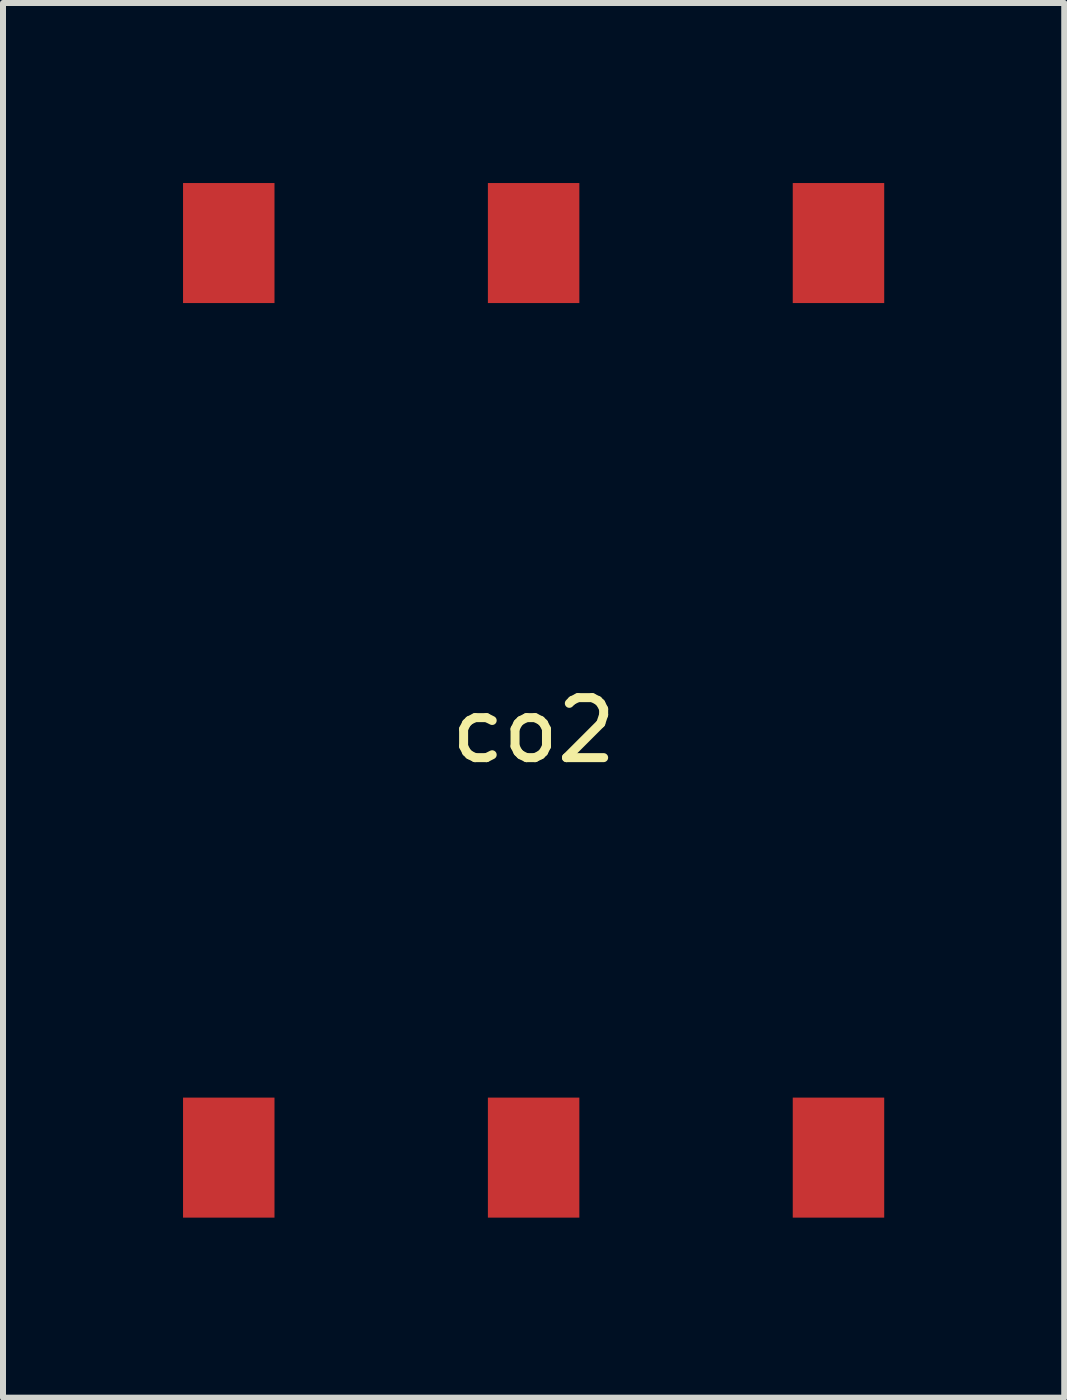
<source format=kicad_pcb>
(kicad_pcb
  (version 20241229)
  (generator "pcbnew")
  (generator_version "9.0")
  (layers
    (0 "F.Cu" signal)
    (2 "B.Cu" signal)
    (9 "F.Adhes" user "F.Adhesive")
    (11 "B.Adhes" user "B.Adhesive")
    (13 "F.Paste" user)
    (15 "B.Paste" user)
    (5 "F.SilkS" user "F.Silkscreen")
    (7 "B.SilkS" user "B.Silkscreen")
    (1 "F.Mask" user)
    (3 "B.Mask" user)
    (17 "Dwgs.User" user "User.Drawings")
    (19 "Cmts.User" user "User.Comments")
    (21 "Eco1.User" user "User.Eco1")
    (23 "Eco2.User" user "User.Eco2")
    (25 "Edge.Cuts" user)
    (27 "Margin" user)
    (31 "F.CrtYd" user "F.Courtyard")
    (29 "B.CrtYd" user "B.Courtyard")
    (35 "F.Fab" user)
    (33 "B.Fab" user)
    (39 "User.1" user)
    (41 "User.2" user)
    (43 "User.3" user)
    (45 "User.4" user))
  (footprint "co2"
    (layer "F.Cu")
    (at 5.842 8.62)
    (property "Reference" "co2" (at 0 0.5 0) (layer "F.SilkS") (effects (font (size 1 1) (thickness 0.15))))
    (attr through_hole)
    (pad "1" smd rect (at -5.08 7.62) (size 1.524 2) (layers "F.Cu" "F.Mask" "F.Paste"))
    (pad "2" smd rect (at 0 7.62) (size 1.524 2) (layers "F.Cu" "F.Mask" "F.Paste"))
    (pad "3" smd rect (at 5.08 7.62) (size 1.524 2) (layers "F.Cu" "F.Mask" "F.Paste"))
    (pad "4" smd rect (at 5.08 -7.62) (size 1.524 2) (layers "F.Cu" "F.Mask" "F.Paste"))
    (pad "5" smd rect (at 0 -7.62) (size 1.524 2) (layers "F.Cu" "F.Mask" "F.Paste"))
    (pad "6" smd rect (at -5.08 -7.62) (size 1.524 2) (layers "F.Cu" "F.Mask" "F.Paste")))
  (gr_rect
    (start -3 -3)
    (end 14.684 20.24)
    (stroke (width 0.1) (type default))
    (fill no)
    (layer "Edge.Cuts")))
</source>
